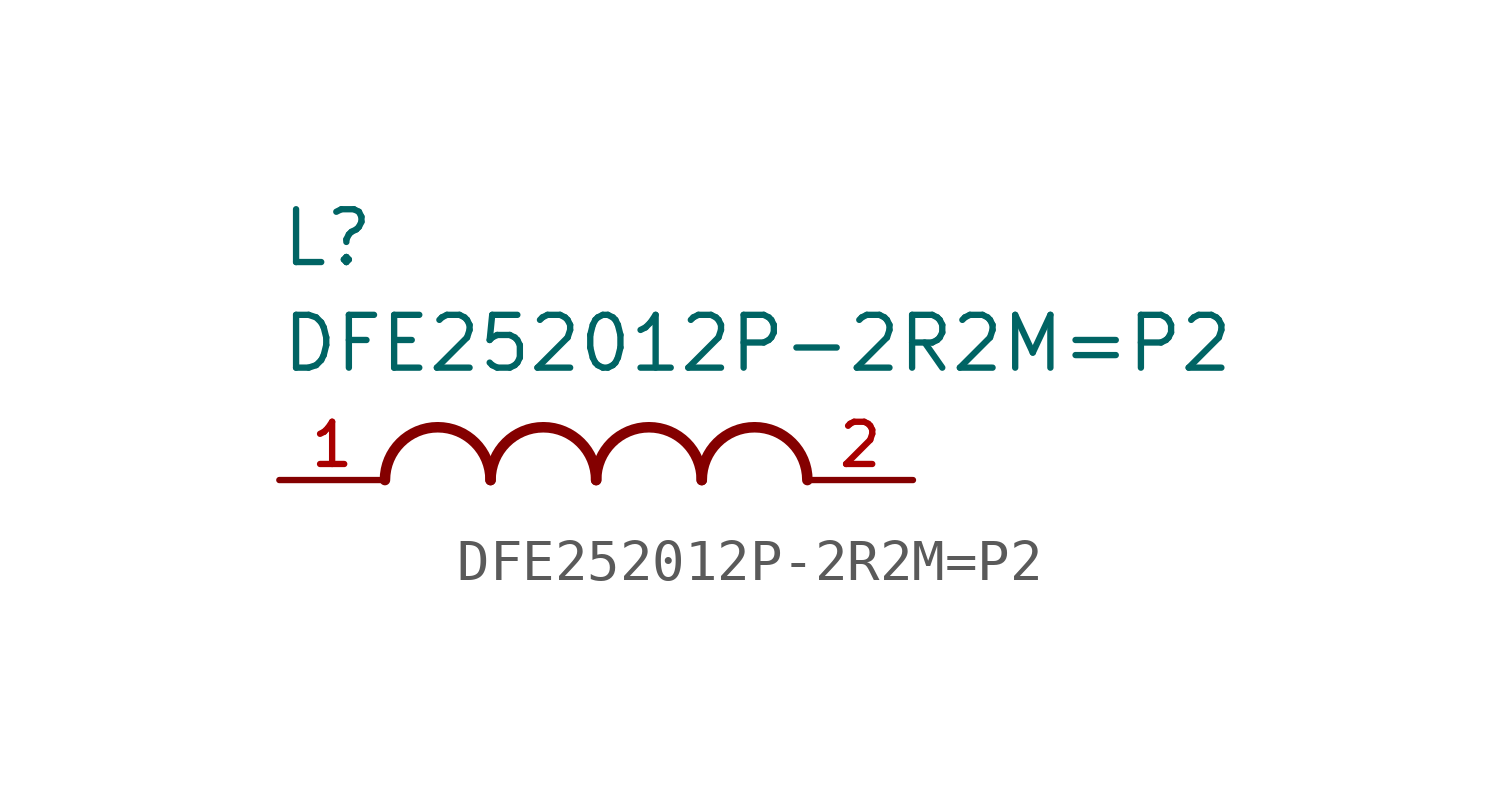
<source format=kicad_sym>
(kicad_symbol_lib
  (version 20211014)
  (generator kicad_symbol_editor)
  (symbol "DFE252012P-2R2M=P2"
    (pin_names
      (offset 1.016))
    (property "Reference" "L"
      (at -7.62 5.08 0)
      (effects (font (size 1.27 1.27)) (justify bottom left)))
    (property "Value" "DFE252012P-2R2M=P2"
      (at -7.62 2.54 0)
      (effects (font (size 1.27 1.27)) (justify bottom left)))
    (symbol "DFE252012P-2R2M=P2_0_0"
      (arc (start -2.54 0.0) (mid -3.81 1.27) (end -5.08 0.0) (stroke (width 0.254) (type default) (color 0 0 0 0)) (fill (type none)))
      (arc (start 0.0 0.0) (mid -1.27 1.27) (end -2.54 0.0) (stroke (width 0.254) (type default) (color 0 0 0 0)) (fill (type none)))
      (arc (start 2.54 0.0) (mid 1.27 1.27) (end 0.0 0.0) (stroke (width 0.254) (type default) (color 0 0 0 0)) (fill (type none)))
      (arc (start 5.08 0.0) (mid 3.81 1.27) (end 2.54 0.0) (stroke (width 0.254) (type default) (color 0 0 0 0)) (fill (type none)))
      (pin passive line (at -7.62 0.0 0) (length 2.54) (name "~" (effects (font (size 1.016 1.016)))) (number "1" (effects (font (size 1.016 1.016)))))
      (pin passive line (at 7.62 0.0 180.0) (length 2.54) (name "~" (effects (font (size 1.016 1.016)))) (number "2" (effects (font (size 1.016 1.016))))))))
</source>
